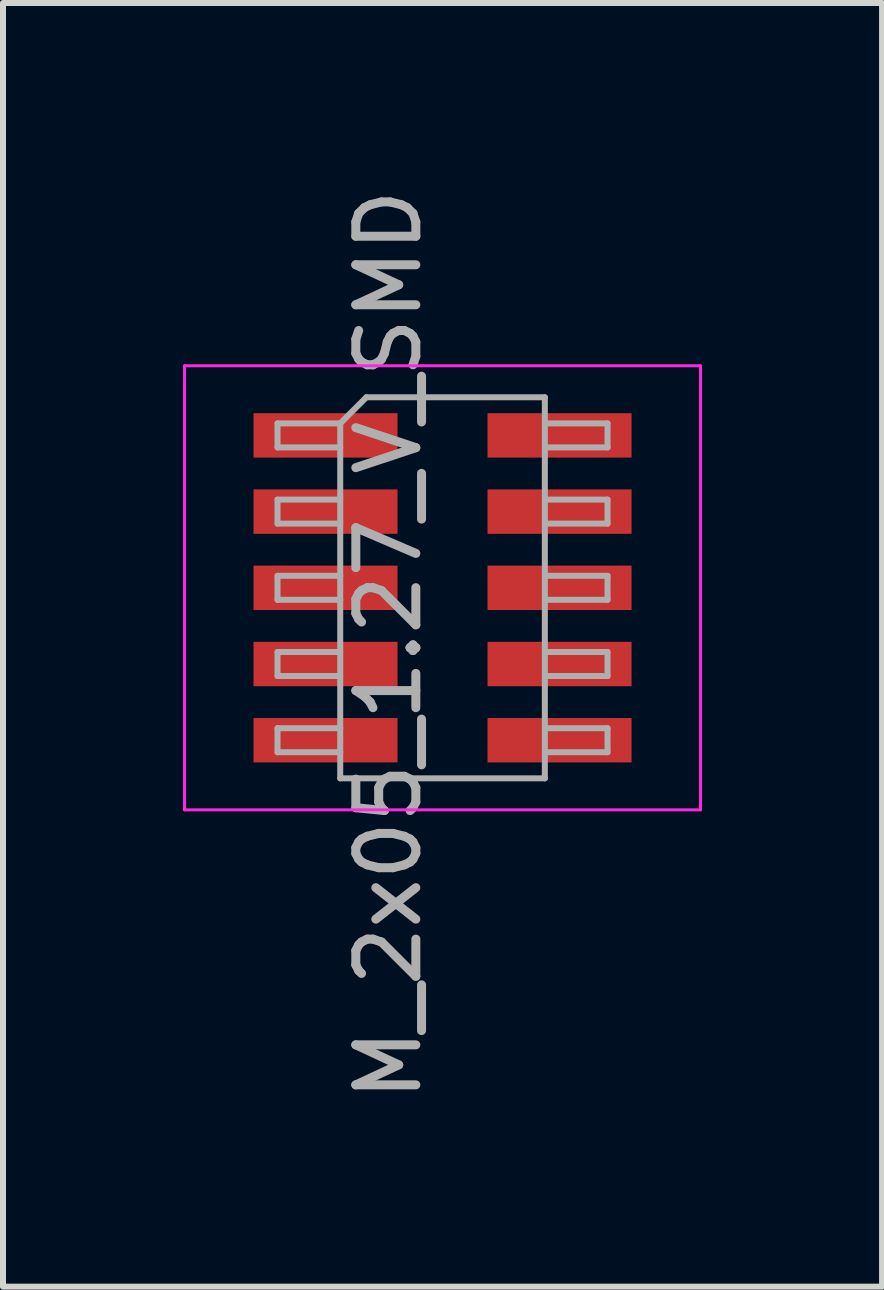
<source format=kicad_pcb>
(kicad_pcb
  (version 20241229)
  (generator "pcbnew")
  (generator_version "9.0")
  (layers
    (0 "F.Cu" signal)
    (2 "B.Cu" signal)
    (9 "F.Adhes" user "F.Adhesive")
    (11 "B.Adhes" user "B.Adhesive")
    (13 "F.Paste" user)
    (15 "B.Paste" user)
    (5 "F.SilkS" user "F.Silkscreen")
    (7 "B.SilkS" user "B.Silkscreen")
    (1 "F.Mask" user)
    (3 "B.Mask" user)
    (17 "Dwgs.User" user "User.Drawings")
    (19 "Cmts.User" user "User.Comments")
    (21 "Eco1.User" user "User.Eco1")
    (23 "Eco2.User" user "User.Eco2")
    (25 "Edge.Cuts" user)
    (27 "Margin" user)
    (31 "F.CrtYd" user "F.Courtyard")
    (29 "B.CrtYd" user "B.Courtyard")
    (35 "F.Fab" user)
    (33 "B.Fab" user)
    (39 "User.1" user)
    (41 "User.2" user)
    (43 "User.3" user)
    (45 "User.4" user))
  (footprint "M_2x05_1.27_V_SMD"
    (layer "F.Cu")
    (at 4.325 6.746)
    (property "Reference" "M_2x05_1.27_V_SMD" (at -0.9 0.95 90) (layer "F.Fab") (effects (font (size 1 1) (thickness 0.15))))
    (attr smd)
    (fp_line (start -4.3 -3.7) (end -4.3 3.7) (stroke (width 0.05) (type solid)) (layer "F.CrtYd"))
    (fp_line (start -4.3 3.7) (end 4.3 3.7) (stroke (width 0.05) (type solid)) (layer "F.CrtYd"))
    (fp_line (start 4.3 -3.7) (end -4.3 -3.7) (stroke (width 0.05) (type solid)) (layer "F.CrtYd"))
    (fp_line (start 4.3 3.7) (end 4.3 -3.7) (stroke (width 0.05) (type solid)) (layer "F.CrtYd"))
    (fp_line (start -2.75 -2.74) (end -2.75 -2.34) (stroke (width 0.1) (type solid)) (layer "F.Fab"))
    (fp_line (start -2.75 -2.34) (end -1.705 -2.34) (stroke (width 0.1) (type solid)) (layer "F.Fab"))
    (fp_line (start -2.75 -1.47) (end -2.75 -1.07) (stroke (width 0.1) (type solid)) (layer "F.Fab"))
    (fp_line (start -2.75 -1.07) (end -1.705 -1.07) (stroke (width 0.1) (type solid)) (layer "F.Fab"))
    (fp_line (start -2.75 -0.2) (end -2.75 0.2) (stroke (width 0.1) (type solid)) (layer "F.Fab"))
    (fp_line (start -2.75 0.2) (end -1.705 0.2) (stroke (width 0.1) (type solid)) (layer "F.Fab"))
    (fp_line (start -2.75 1.07) (end -2.75 1.47) (stroke (width 0.1) (type solid)) (layer "F.Fab"))
    (fp_line (start -2.75 1.47) (end -1.705 1.47) (stroke (width 0.1) (type solid)) (layer "F.Fab"))
    (fp_line (start -2.75 2.34) (end -2.75 2.74) (stroke (width 0.1) (type solid)) (layer "F.Fab"))
    (fp_line (start -2.75 2.74) (end -1.705 2.74) (stroke (width 0.1) (type solid)) (layer "F.Fab"))
    (fp_line (start -1.705 -2.74) (end -2.75 -2.74) (stroke (width 0.1) (type solid)) (layer "F.Fab"))
    (fp_line (start -1.705 -2.74) (end -1.27 -3.175) (stroke (width 0.1) (type solid)) (layer "F.Fab"))
    (fp_line (start -1.705 -1.47) (end -2.75 -1.47) (stroke (width 0.1) (type solid)) (layer "F.Fab"))
    (fp_line (start -1.705 -0.2) (end -2.75 -0.2) (stroke (width 0.1) (type solid)) (layer "F.Fab"))
    (fp_line (start -1.705 1.07) (end -2.75 1.07) (stroke (width 0.1) (type solid)) (layer "F.Fab"))
    (fp_line (start -1.705 2.34) (end -2.75 2.34) (stroke (width 0.1) (type solid)) (layer "F.Fab"))
    (fp_line (start -1.705 3.175) (end -1.705 -2.74) (stroke (width 0.1) (type solid)) (layer "F.Fab"))
    (fp_line (start -1.27 -3.175) (end 1.705 -3.175) (stroke (width 0.1) (type solid)) (layer "F.Fab"))
    (fp_line (start 1.705 -3.175) (end 1.705 3.175) (stroke (width 0.1) (type solid)) (layer "F.Fab"))
    (fp_line (start 1.705 -2.74) (end 2.75 -2.74) (stroke (width 0.1) (type solid)) (layer "F.Fab"))
    (fp_line (start 1.705 -1.47) (end 2.75 -1.47) (stroke (width 0.1) (type solid)) (layer "F.Fab"))
    (fp_line (start 1.705 -0.2) (end 2.75 -0.2) (stroke (width 0.1) (type solid)) (layer "F.Fab"))
    (fp_line (start 1.705 1.07) (end 2.75 1.07) (stroke (width 0.1) (type solid)) (layer "F.Fab"))
    (fp_line (start 1.705 2.34) (end 2.75 2.34) (stroke (width 0.1) (type solid)) (layer "F.Fab"))
    (fp_line (start 1.705 3.175) (end -1.705 3.175) (stroke (width 0.1) (type solid)) (layer "F.Fab"))
    (fp_line (start 2.75 -2.74) (end 2.75 -2.34) (stroke (width 0.1) (type solid)) (layer "F.Fab"))
    (fp_line (start 2.75 -2.34) (end 1.705 -2.34) (stroke (width 0.1) (type solid)) (layer "F.Fab"))
    (fp_line (start 2.75 -1.47) (end 2.75 -1.07) (stroke (width 0.1) (type solid)) (layer "F.Fab"))
    (fp_line (start 2.75 -1.07) (end 1.705 -1.07) (stroke (width 0.1) (type solid)) (layer "F.Fab"))
    (fp_line (start 2.75 -0.2) (end 2.75 0.2) (stroke (width 0.1) (type solid)) (layer "F.Fab"))
    (fp_line (start 2.75 0.2) (end 1.705 0.2) (stroke (width 0.1) (type solid)) (layer "F.Fab"))
    (fp_line (start 2.75 1.07) (end 2.75 1.47) (stroke (width 0.1) (type solid)) (layer "F.Fab"))
    (fp_line (start 2.75 1.47) (end 1.705 1.47) (stroke (width 0.1) (type solid)) (layer "F.Fab"))
    (fp_line (start 2.75 2.34) (end 2.75 2.74) (stroke (width 0.1) (type solid)) (layer "F.Fab"))
    (fp_line (start 2.75 2.74) (end 1.705 2.74) (stroke (width 0.1) (type solid)) (layer "F.Fab"))
    (pad "1" smd rect (at -1.95 -2.54) (size 2.4 0.74) (layers "F.Cu" "F.Mask" "F.Paste"))
    (pad "2" smd rect (at 1.95 -2.54) (size 2.4 0.74) (layers "F.Cu" "F.Mask" "F.Paste"))
    (pad "3" smd rect (at -1.95 -1.27) (size 2.4 0.74) (layers "F.Cu" "F.Mask" "F.Paste"))
    (pad "4" smd rect (at 1.95 -1.27) (size 2.4 0.74) (layers "F.Cu" "F.Mask" "F.Paste"))
    (pad "5" smd rect (at -1.95 0) (size 2.4 0.74) (layers "F.Cu" "F.Mask" "F.Paste"))
    (pad "6" smd rect (at 1.95 0) (size 2.4 0.74) (layers "F.Cu" "F.Mask" "F.Paste"))
    (pad "7" smd rect (at -1.95 1.27) (size 2.4 0.74) (layers "F.Cu" "F.Mask" "F.Paste"))
    (pad "8" smd rect (at 1.95 1.27) (size 2.4 0.74) (layers "F.Cu" "F.Mask" "F.Paste"))
    (pad "9" smd rect (at -1.95 2.54) (size 2.4 0.74) (layers "F.Cu" "F.Mask" "F.Paste"))
    (pad "10" smd rect (at 1.95 2.54) (size 2.4 0.74) (layers "F.Cu" "F.Mask" "F.Paste")))
  (gr_rect
    (start -3 -3)
    (end 11.65 18.393)
    (stroke (width 0.1) (type default))
    (fill no)
    (layer "Edge.Cuts")))
</source>
